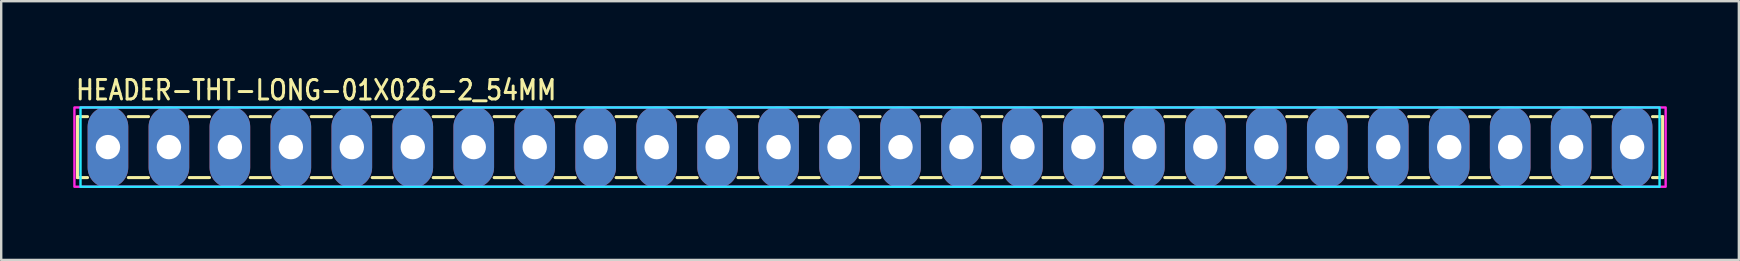
<source format=kicad_pcb>
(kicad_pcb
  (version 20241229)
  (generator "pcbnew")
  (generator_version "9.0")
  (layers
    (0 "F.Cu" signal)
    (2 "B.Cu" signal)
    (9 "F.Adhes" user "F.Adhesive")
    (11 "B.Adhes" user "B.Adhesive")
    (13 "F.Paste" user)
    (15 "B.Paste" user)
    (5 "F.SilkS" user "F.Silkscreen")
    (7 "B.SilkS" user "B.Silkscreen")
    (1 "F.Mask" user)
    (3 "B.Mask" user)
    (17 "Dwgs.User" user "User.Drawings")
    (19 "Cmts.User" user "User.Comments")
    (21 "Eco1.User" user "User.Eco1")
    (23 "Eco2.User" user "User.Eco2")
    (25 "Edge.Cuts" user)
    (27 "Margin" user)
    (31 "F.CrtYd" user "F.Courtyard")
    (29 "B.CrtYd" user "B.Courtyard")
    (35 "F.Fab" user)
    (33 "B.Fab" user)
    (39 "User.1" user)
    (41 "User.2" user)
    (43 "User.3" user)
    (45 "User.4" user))
  (footprint "HEADER-THT-LONG-01X026-2_54MM"
    (layer "F.Cu")
    (at 1.447 3.079)
    (property "Reference" "HEADER-THT-LONG-01X026-2_54MM" (at -1.4 -1.9 0) (unlocked yes) (layer "F.SilkS") (effects (font (size 0.813 0.695) (thickness 0.122)) (justify left bottom)))
    (fp_line (start -1.27 -1.27) (end -1.27 1.27) (stroke (width 0.127) (type solid)) (layer "F.SilkS"))
    (fp_line (start -1.27 1.27) (end -0.85 1.27) (stroke (width 0.127) (type solid)) (layer "F.SilkS"))
    (fp_line (start -0.85 -1.27) (end -1.27 -1.27) (stroke (width 0.127) (type solid)) (layer "F.SilkS"))
    (fp_line (start 0.85 -1.27) (end 1.69 -1.27) (stroke (width 0.127) (type solid)) (layer "F.SilkS"))
    (fp_line (start 0.85 1.27) (end 1.69 1.27) (stroke (width 0.127) (type solid)) (layer "F.SilkS"))
    (fp_line (start 3.39 -1.27) (end 4.23 -1.27) (stroke (width 0.127) (type solid)) (layer "F.SilkS"))
    (fp_line (start 3.39 1.27) (end 4.23 1.27) (stroke (width 0.127) (type solid)) (layer "F.SilkS"))
    (fp_line (start 5.93 -1.27) (end 6.77 -1.27) (stroke (width 0.127) (type solid)) (layer "F.SilkS"))
    (fp_line (start 5.93 1.27) (end 6.77 1.27) (stroke (width 0.127) (type solid)) (layer "F.SilkS"))
    (fp_line (start 8.47 -1.27) (end 9.31 -1.27) (stroke (width 0.127) (type solid)) (layer "F.SilkS"))
    (fp_line (start 8.47 1.27) (end 9.31 1.27) (stroke (width 0.127) (type solid)) (layer "F.SilkS"))
    (fp_line (start 11.01 -1.27) (end 11.85 -1.27) (stroke (width 0.127) (type solid)) (layer "F.SilkS"))
    (fp_line (start 11.01 1.27) (end 11.85 1.27) (stroke (width 0.127) (type solid)) (layer "F.SilkS"))
    (fp_line (start 13.55 -1.27) (end 14.39 -1.27) (stroke (width 0.127) (type solid)) (layer "F.SilkS"))
    (fp_line (start 13.55 1.27) (end 14.39 1.27) (stroke (width 0.127) (type solid)) (layer "F.SilkS"))
    (fp_line (start 16.09 -1.27) (end 16.93 -1.27) (stroke (width 0.127) (type solid)) (layer "F.SilkS"))
    (fp_line (start 16.09 1.27) (end 16.93 1.27) (stroke (width 0.127) (type solid)) (layer "F.SilkS"))
    (fp_line (start 18.63 -1.27) (end 19.47 -1.27) (stroke (width 0.127) (type solid)) (layer "F.SilkS"))
    (fp_line (start 18.63 1.27) (end 19.47 1.27) (stroke (width 0.127) (type solid)) (layer "F.SilkS"))
    (fp_line (start 21.17 -1.27) (end 22.01 -1.27) (stroke (width 0.127) (type solid)) (layer "F.SilkS"))
    (fp_line (start 21.17 1.27) (end 22.01 1.27) (stroke (width 0.127) (type solid)) (layer "F.SilkS"))
    (fp_line (start 23.71 -1.27) (end 24.55 -1.27) (stroke (width 0.127) (type solid)) (layer "F.SilkS"))
    (fp_line (start 23.71 1.27) (end 24.55 1.27) (stroke (width 0.127) (type solid)) (layer "F.SilkS"))
    (fp_line (start 26.25 -1.27) (end 27.09 -1.27) (stroke (width 0.127) (type solid)) (layer "F.SilkS"))
    (fp_line (start 26.25 1.27) (end 27.09 1.27) (stroke (width 0.127) (type solid)) (layer "F.SilkS"))
    (fp_line (start 28.79 -1.27) (end 29.63 -1.27) (stroke (width 0.127) (type solid)) (layer "F.SilkS"))
    (fp_line (start 28.79 1.27) (end 29.63 1.27) (stroke (width 0.127) (type solid)) (layer "F.SilkS"))
    (fp_line (start 31.33 -1.27) (end 32.17 -1.27) (stroke (width 0.127) (type solid)) (layer "F.SilkS"))
    (fp_line (start 31.33 1.27) (end 32.17 1.27) (stroke (width 0.127) (type solid)) (layer "F.SilkS"))
    (fp_line (start 33.87 -1.27) (end 34.71 -1.27) (stroke (width 0.127) (type solid)) (layer "F.SilkS"))
    (fp_line (start 33.87 1.27) (end 34.71 1.27) (stroke (width 0.127) (type solid)) (layer "F.SilkS"))
    (fp_line (start 36.41 -1.27) (end 37.25 -1.27) (stroke (width 0.127) (type solid)) (layer "F.SilkS"))
    (fp_line (start 36.41 1.27) (end 37.25 1.27) (stroke (width 0.127) (type solid)) (layer "F.SilkS"))
    (fp_line (start 38.95 -1.27) (end 39.79 -1.27) (stroke (width 0.127) (type solid)) (layer "F.SilkS"))
    (fp_line (start 38.95 1.27) (end 39.79 1.27) (stroke (width 0.127) (type solid)) (layer "F.SilkS"))
    (fp_line (start 41.49 -1.27) (end 42.33 -1.27) (stroke (width 0.127) (type solid)) (layer "F.SilkS"))
    (fp_line (start 41.49 1.27) (end 42.33 1.27) (stroke (width 0.127) (type solid)) (layer "F.SilkS"))
    (fp_line (start 44.03 -1.27) (end 44.87 -1.27) (stroke (width 0.127) (type solid)) (layer "F.SilkS"))
    (fp_line (start 44.03 1.27) (end 44.87 1.27) (stroke (width 0.127) (type solid)) (layer "F.SilkS"))
    (fp_line (start 46.57 -1.27) (end 47.41 -1.27) (stroke (width 0.127) (type solid)) (layer "F.SilkS"))
    (fp_line (start 46.57 1.27) (end 47.41 1.27) (stroke (width 0.127) (type solid)) (layer "F.SilkS"))
    (fp_line (start 49.11 -1.27) (end 49.95 -1.27) (stroke (width 0.127) (type solid)) (layer "F.SilkS"))
    (fp_line (start 49.11 1.27) (end 49.95 1.27) (stroke (width 0.127) (type solid)) (layer "F.SilkS"))
    (fp_line (start 51.65 -1.27) (end 52.49 -1.27) (stroke (width 0.127) (type solid)) (layer "F.SilkS"))
    (fp_line (start 51.65 1.27) (end 52.49 1.27) (stroke (width 0.127) (type solid)) (layer "F.SilkS"))
    (fp_line (start 54.19 -1.27) (end 55.03 -1.27) (stroke (width 0.127) (type solid)) (layer "F.SilkS"))
    (fp_line (start 54.19 1.27) (end 55.03 1.27) (stroke (width 0.127) (type solid)) (layer "F.SilkS"))
    (fp_line (start 56.73 -1.27) (end 57.57 -1.27) (stroke (width 0.127) (type solid)) (layer "F.SilkS"))
    (fp_line (start 56.73 1.27) (end 57.57 1.27) (stroke (width 0.127) (type solid)) (layer "F.SilkS"))
    (fp_line (start 59.27 -1.27) (end 60.11 -1.27) (stroke (width 0.127) (type solid)) (layer "F.SilkS"))
    (fp_line (start 59.27 1.27) (end 60.11 1.27) (stroke (width 0.127) (type solid)) (layer "F.SilkS"))
    (fp_line (start 61.81 -1.27) (end 62.65 -1.27) (stroke (width 0.127) (type solid)) (layer "F.SilkS"))
    (fp_line (start 61.81 1.27) (end 62.65 1.27) (stroke (width 0.127) (type solid)) (layer "F.SilkS"))
    (fp_line (start 64.35 -1.27) (end 64.77 -1.27) (stroke (width 0.127) (type solid)) (layer "F.SilkS"))
    (fp_line (start 64.77 -1.27) (end 64.77 1.27) (stroke (width 0.127) (type solid)) (layer "F.SilkS"))
    (fp_line (start 64.77 1.27) (end 64.35 1.27) (stroke (width 0.127) (type solid)) (layer "F.SilkS"))
    (fp_poly (pts (xy -1.143 -1.651) (xy 64.643 -1.651) (xy 64.643 1.651) (xy -1.143 1.651)) (stroke (width 0.1) (type solid)) (fill no) (layer "B.CrtYd"))
    (fp_poly (pts (xy -1.397 -1.651) (xy 64.897 -1.651) (xy 64.897 1.651) (xy -1.397 1.651)) (stroke (width 0.1) (type solid)) (fill no) (layer "F.CrtYd"))
    (pad "P$1" thru_hole oval (at 0 0 90) (size 3.387 1.693) (drill 1.016) (layers "*.Cu" "*.Mask"))
    (pad "P$2" thru_hole oval (at 2.54 0 90) (size 3.387 1.693) (drill 1.016) (layers "*.Cu" "*.Mask"))
    (pad "P$3" thru_hole oval (at 5.08 0 90) (size 3.387 1.693) (drill 1.016) (layers "*.Cu" "*.Mask"))
    (pad "P$4" thru_hole oval (at 7.62 0 90) (size 3.387 1.693) (drill 1.016) (layers "*.Cu" "*.Mask"))
    (pad "P$5" thru_hole oval (at 10.16 0 90) (size 3.387 1.693) (drill 1.016) (layers "*.Cu" "*.Mask"))
    (pad "P$6" thru_hole oval (at 12.7 0 90) (size 3.387 1.693) (drill 1.016) (layers "*.Cu" "*.Mask"))
    (pad "P$7" thru_hole oval (at 15.24 0 90) (size 3.387 1.693) (drill 1.016) (layers "*.Cu" "*.Mask"))
    (pad "P$8" thru_hole oval (at 17.78 0 90) (size 3.387 1.693) (drill 1.016) (layers "*.Cu" "*.Mask"))
    (pad "P$9" thru_hole oval (at 20.32 0 90) (size 3.387 1.693) (drill 1.016) (layers "*.Cu" "*.Mask"))
    (pad "P$10" thru_hole oval (at 22.86 0 90) (size 3.387 1.693) (drill 1.016) (layers "*.Cu" "*.Mask"))
    (pad "P$11" thru_hole oval (at 25.4 0 90) (size 3.387 1.693) (drill 1.016) (layers "*.Cu" "*.Mask"))
    (pad "P$12" thru_hole oval (at 27.94 0 90) (size 3.387 1.693) (drill 1.016) (layers "*.Cu" "*.Mask"))
    (pad "P$13" thru_hole oval (at 30.48 0 90) (size 3.387 1.693) (drill 1.016) (layers "*.Cu" "*.Mask"))
    (pad "P$14" thru_hole oval (at 33.02 0 90) (size 3.387 1.693) (drill 1.016) (layers "*.Cu" "*.Mask"))
    (pad "P$15" thru_hole oval (at 35.56 0 90) (size 3.387 1.693) (drill 1.016) (layers "*.Cu" "*.Mask"))
    (pad "P$16" thru_hole oval (at 38.1 0 90) (size 3.387 1.693) (drill 1.016) (layers "*.Cu" "*.Mask"))
    (pad "P$17" thru_hole oval (at 40.64 0 90) (size 3.387 1.693) (drill 1.016) (layers "*.Cu" "*.Mask"))
    (pad "P$18" thru_hole oval (at 43.18 0 90) (size 3.387 1.693) (drill 1.016) (layers "*.Cu" "*.Mask"))
    (pad "P$19" thru_hole oval (at 45.72 0 90) (size 3.387 1.693) (drill 1.016) (layers "*.Cu" "*.Mask"))
    (pad "P$20" thru_hole oval (at 48.26 0 90) (size 3.387 1.693) (drill 1.016) (layers "*.Cu" "*.Mask"))
    (pad "P$21" thru_hole oval (at 50.8 0 90) (size 3.387 1.693) (drill 1.016) (layers "*.Cu" "*.Mask"))
    (pad "P$22" thru_hole oval (at 53.34 0 90) (size 3.387 1.693) (drill 1.016) (layers "*.Cu" "*.Mask"))
    (pad "P$23" thru_hole oval (at 55.88 0 90) (size 3.387 1.693) (drill 1.016) (layers "*.Cu" "*.Mask"))
    (pad "P$24" thru_hole oval (at 58.42 0 90) (size 3.387 1.693) (drill 1.016) (layers "*.Cu" "*.Mask"))
    (pad "P$25" thru_hole oval (at 60.96 0 90) (size 3.387 1.693) (drill 1.016) (layers "*.Cu" "*.Mask"))
    (pad "P$26" thru_hole oval (at 63.5 0 90) (size 3.387 1.693) (drill 1.016) (layers "*.Cu" "*.Mask")))
  (gr_rect
    (start -3 -3)
    (end 69.394 7.78)
    (stroke (width 0.1) (type default))
    (fill no)
    (layer "Edge.Cuts")))
</source>
